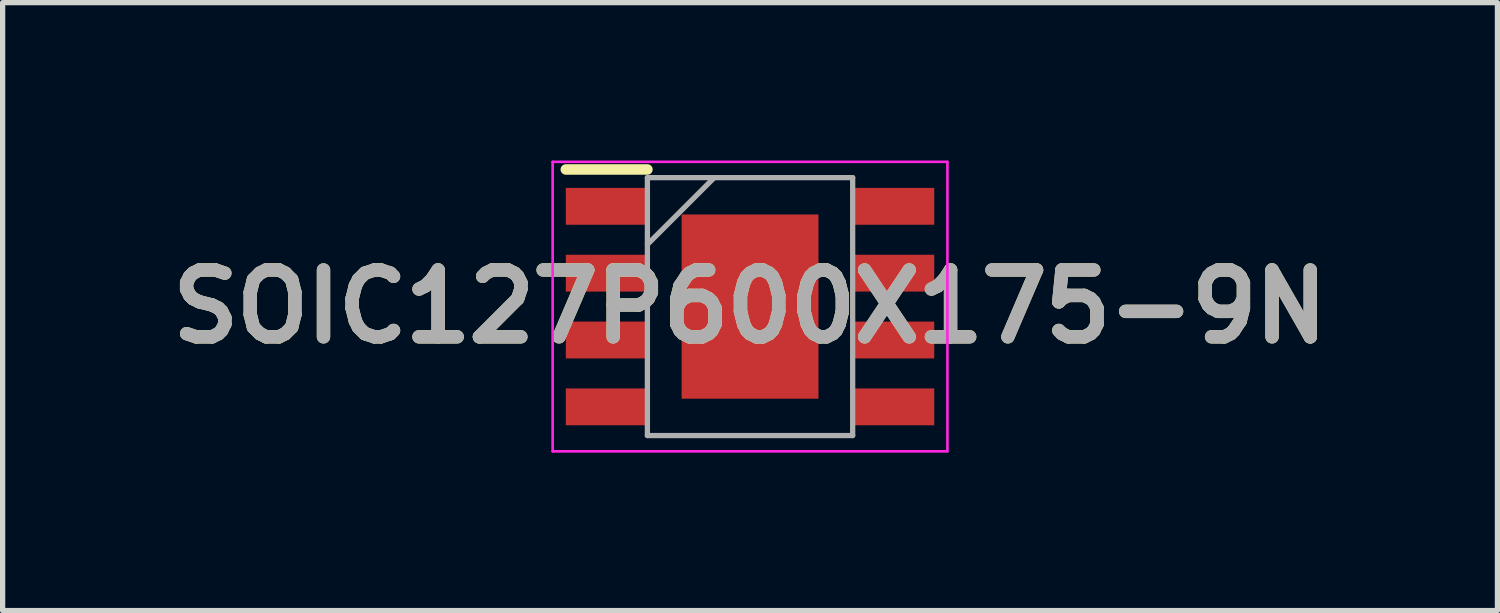
<source format=kicad_pcb>
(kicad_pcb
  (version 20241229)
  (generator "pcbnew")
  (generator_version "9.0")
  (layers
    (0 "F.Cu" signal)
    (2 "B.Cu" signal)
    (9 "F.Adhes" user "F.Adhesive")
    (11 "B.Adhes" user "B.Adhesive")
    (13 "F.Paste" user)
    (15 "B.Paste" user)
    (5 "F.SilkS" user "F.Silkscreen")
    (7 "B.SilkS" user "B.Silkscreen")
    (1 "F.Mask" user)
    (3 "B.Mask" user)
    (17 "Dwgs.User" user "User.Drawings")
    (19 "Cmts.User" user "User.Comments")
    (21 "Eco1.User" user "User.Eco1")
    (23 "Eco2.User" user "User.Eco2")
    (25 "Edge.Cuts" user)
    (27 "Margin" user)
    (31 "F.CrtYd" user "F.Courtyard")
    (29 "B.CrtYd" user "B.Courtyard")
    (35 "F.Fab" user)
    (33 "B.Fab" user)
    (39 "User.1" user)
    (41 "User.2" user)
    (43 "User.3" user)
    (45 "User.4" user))
  (footprint "SOIC127P600X175-9N"
    (layer "F.Cu")
    (at 11.2 2.775)
    (property "Reference" "SOIC127P600X175-9N" (at 0 0 0) (layer "F.SilkS") (effects (font (size 1.27 1.27) (thickness 0.254))))
    (attr smd)
    (fp_line (start -3.5 -2.605) (end -1.95 -2.605) (stroke (width 0.2) (type solid)) (layer "F.SilkS"))
    (fp_line (start -3.75 -2.75) (end 3.75 -2.75) (stroke (width 0.05) (type solid)) (layer "F.CrtYd"))
    (fp_line (start -3.75 2.75) (end -3.75 -2.75) (stroke (width 0.05) (type solid)) (layer "F.CrtYd"))
    (fp_line (start 3.75 -2.75) (end 3.75 2.75) (stroke (width 0.05) (type solid)) (layer "F.CrtYd"))
    (fp_line (start 3.75 2.75) (end -3.75 2.75) (stroke (width 0.05) (type solid)) (layer "F.CrtYd"))
    (fp_line (start -1.95 -2.45) (end 1.95 -2.45) (stroke (width 0.1) (type solid)) (layer "F.Fab"))
    (fp_line (start -1.95 -1.18) (end -0.68 -2.45) (stroke (width 0.1) (type solid)) (layer "F.Fab"))
    (fp_line (start -1.95 2.45) (end -1.95 -2.45) (stroke (width 0.1) (type solid)) (layer "F.Fab"))
    (fp_line (start 1.95 -2.45) (end 1.95 2.45) (stroke (width 0.1) (type solid)) (layer "F.Fab"))
    (fp_line (start 1.95 2.45) (end -1.95 2.45) (stroke (width 0.1) (type solid)) (layer "F.Fab"))
    (fp_text user "${REFERENCE}" (at 0 0 0) (layer "F.Fab") (effects (font (size 1.27 1.27) (thickness 0.254))))
    (pad "1" smd rect (at -2.725 -1.905 90) (size 0.7 1.55) (layers "F.Cu" "F.Mask" "F.Paste"))
    (pad "2" smd rect (at -2.725 -0.635 90) (size 0.7 1.55) (layers "F.Cu" "F.Mask" "F.Paste"))
    (pad "3" smd rect (at -2.725 0.635 90) (size 0.7 1.55) (layers "F.Cu" "F.Mask" "F.Paste"))
    (pad "4" smd rect (at -2.725 1.905 90) (size 0.7 1.55) (layers "F.Cu" "F.Mask" "F.Paste"))
    (pad "5" smd rect (at 2.725 1.905 90) (size 0.7 1.55) (layers "F.Cu" "F.Mask" "F.Paste"))
    (pad "6" smd rect (at 2.725 0.635 90) (size 0.7 1.55) (layers "F.Cu" "F.Mask" "F.Paste"))
    (pad "7" smd rect (at 2.725 -0.635 90) (size 0.7 1.55) (layers "F.Cu" "F.Mask" "F.Paste"))
    (pad "8" smd rect (at 2.725 -1.905 90) (size 0.7 1.55) (layers "F.Cu" "F.Mask" "F.Paste"))
    (pad "9" smd rect (at 0 0) (size 2.6 3.5) (layers "F.Cu" "F.Mask" "F.Paste")))
  (gr_rect
    (start -3 -3)
    (end 25.4 8.55)
    (stroke (width 0.1) (type default))
    (fill no)
    (layer "Edge.Cuts")))
</source>
